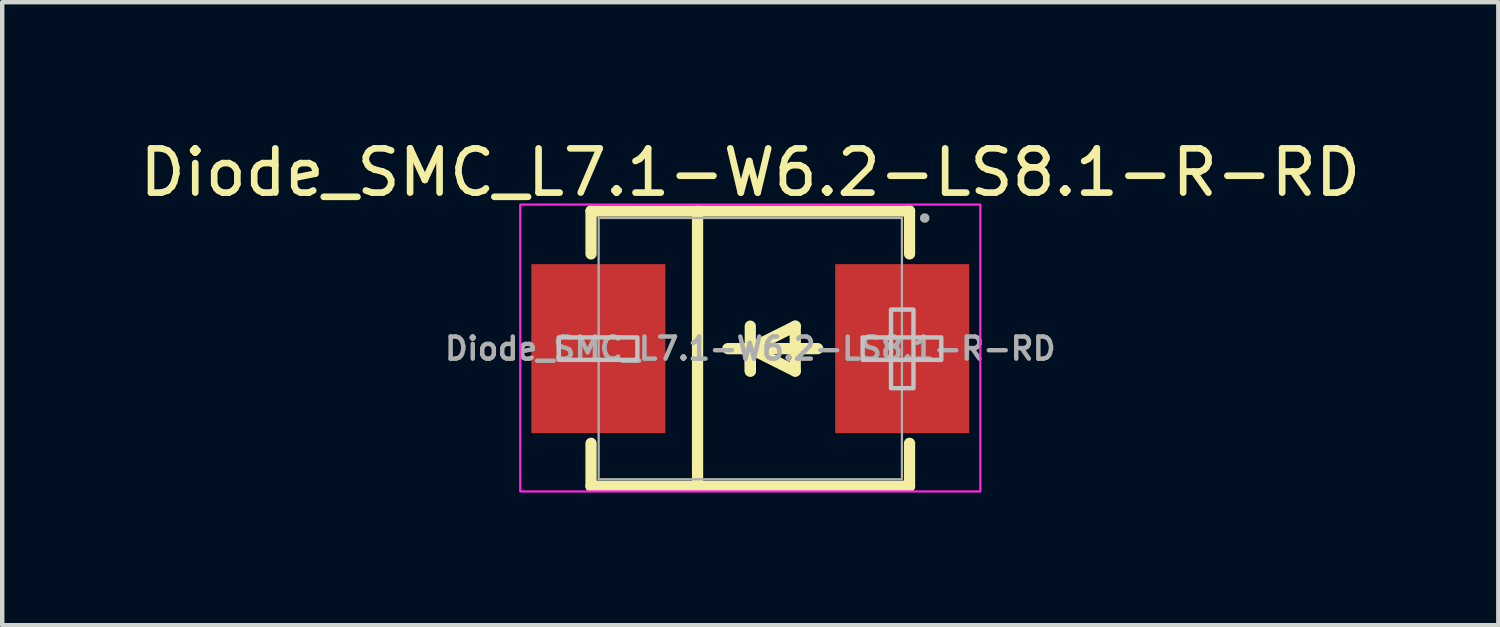
<source format=kicad_pcb>
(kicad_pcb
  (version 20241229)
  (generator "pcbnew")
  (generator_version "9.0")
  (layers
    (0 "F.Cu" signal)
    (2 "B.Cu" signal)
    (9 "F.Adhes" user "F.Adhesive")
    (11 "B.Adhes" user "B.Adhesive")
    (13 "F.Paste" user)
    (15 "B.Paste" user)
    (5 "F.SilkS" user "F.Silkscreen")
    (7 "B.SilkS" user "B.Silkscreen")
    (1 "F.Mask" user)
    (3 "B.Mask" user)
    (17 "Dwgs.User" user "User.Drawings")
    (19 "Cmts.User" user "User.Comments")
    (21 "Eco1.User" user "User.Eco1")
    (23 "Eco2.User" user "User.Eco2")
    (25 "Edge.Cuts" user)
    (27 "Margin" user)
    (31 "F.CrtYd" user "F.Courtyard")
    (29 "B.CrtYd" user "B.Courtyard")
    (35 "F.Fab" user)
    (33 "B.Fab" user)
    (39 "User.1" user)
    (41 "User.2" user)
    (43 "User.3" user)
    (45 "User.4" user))
  (footprint "Diode_SMC_L7.1-W6.2-LS8.1-R-RD"
    (layer "F.Cu")
    (at 13.911 4.831)
    (property "Reference" "Diode_SMC_L7.1-W6.2-LS8.1-R-RD" (at 0 -3.982 0) (layer "F.SilkS") (effects (font (size 1 1) (thickness 0.15))))
    (fp_line (start -3.6 -3.11) (end -3.6 -2.141) (stroke (width 0.254) (type default)) (layer "F.SilkS"))
    (fp_line (start -3.6 -3.11) (end 3.6 -3.11) (stroke (width 0.254) (type default)) (layer "F.SilkS"))
    (fp_line (start -3.6 2.141) (end -3.6 3.11) (stroke (width 0.254) (type default)) (layer "F.SilkS"))
    (fp_line (start -3.6 3.11) (end 3.6 3.11) (stroke (width 0.254) (type default)) (layer "F.SilkS"))
    (fp_line (start -1.192 -3.11) (end -1.192 3.11) (stroke (width 0.254) (type default)) (layer "F.SilkS"))
    (fp_line (start 0 0) (end 0 0.508) (stroke (width 0.254) (type default)) (layer "F.SilkS"))
    (fp_line (start 0 0) (end 1.016 0.508) (stroke (width 0.254) (type default)) (layer "F.SilkS"))
    (fp_line (start 0 0.508) (end 0 -0.508) (stroke (width 0.254) (type default)) (layer "F.SilkS"))
    (fp_line (start 1.016 -0.508) (end 0 0) (stroke (width 0.254) (type default)) (layer "F.SilkS"))
    (fp_line (start 1.016 0.508) (end 1.016 -0.508) (stroke (width 0.254) (type default)) (layer "F.SilkS"))
    (fp_line (start 1.524 0) (end -0.508 0) (stroke (width 0.254) (type default)) (layer "F.SilkS"))
    (fp_line (start 3.6 -3.11) (end 3.6 -2.141) (stroke (width 0.254) (type default)) (layer "F.SilkS"))
    (fp_line (start 3.6 2.141) (end 3.6 3.11) (stroke (width 0.254) (type default)) (layer "F.SilkS"))
    (fp_poly (pts (xy -4.33 -0.254) (xy -2.552 -0.254) (xy -2.552 0.254) (xy -4.33 0.254)) (stroke (width 0.1) (type default)) (fill no) (layer "Dwgs.User"))
    (fp_poly (pts (xy 2.54 -0.254) (xy 4.318 -0.254) (xy 4.318 0.254) (xy 2.54 0.254)) (stroke (width 0.1) (type default)) (fill no) (layer "Dwgs.User"))
    (fp_poly (pts (xy 3.181 0.895) (xy 3.181 -0.883) (xy 3.689 -0.883) (xy 3.689 0.895)) (stroke (width 0.1) (type default)) (fill no) (layer "Dwgs.User"))
    (fp_rect (start -5.2 -3.257) (end 5.2 3.228) (stroke (width 0.05) (type default)) (fill no) (layer "F.CrtYd"))
    (fp_line (start -3.428 -2.953) (end 3.428 -2.953) (stroke (width 0.051) (type default)) (layer "F.Fab"))
    (fp_line (start -3.428 2.953) (end -3.428 -2.953) (stroke (width 0.051) (type default)) (layer "F.Fab"))
    (fp_line (start 3.428 -2.953) (end 3.428 2.953) (stroke (width 0.051) (type default)) (layer "F.Fab"))
    (fp_line (start 3.428 2.953) (end -3.428 2.953) (stroke (width 0.051) (type default)) (layer "F.Fab"))
    (fp_poly (pts (xy 3.998 -2.975) (xy 3.966 -3.007) (xy 3.92 -3.007) (xy 3.888 -2.975) (xy 3.888 -2.929) (xy 3.92 -2.897) (xy 3.966 -2.897) (xy 3.998 -2.929)) (stroke (width 0.1) (type default)) (fill no) (layer "F.Fab"))
    (fp_poly (pts (xy -2.928 1.475) (xy -3.942 1.475) (xy -3.942 -1.475) (xy -2.928 -1.475)) (stroke (width 0.1) (type default)) (fill no) (layer "User.1"))
    (fp_poly (pts (xy 2.928 -1.475) (xy 3.942 -1.475) (xy 3.942 1.475) (xy 2.928 1.475)) (stroke (width 0.1) (type default)) (fill no) (layer "User.1"))
    (fp_text user "${REFERENCE}" (at 0 0 0) (layer "F.Fab") (effects (font (size 0.5 0.5) (thickness 0.1))))
    (pad "1" smd rect (at 3.435 0 180) (size 3.03 3.82) (layers "F.Cu" "F.Mask" "F.Paste"))
    (pad "2" smd rect (at -3.435 0 180) (size 3.03 3.82) (layers "F.Cu" "F.Mask" "F.Paste")))
  (gr_rect
    (start -3 -3)
    (end 30.821 11.084)
    (stroke (width 0.1) (type default))
    (fill no)
    (layer "Edge.Cuts")))
</source>
